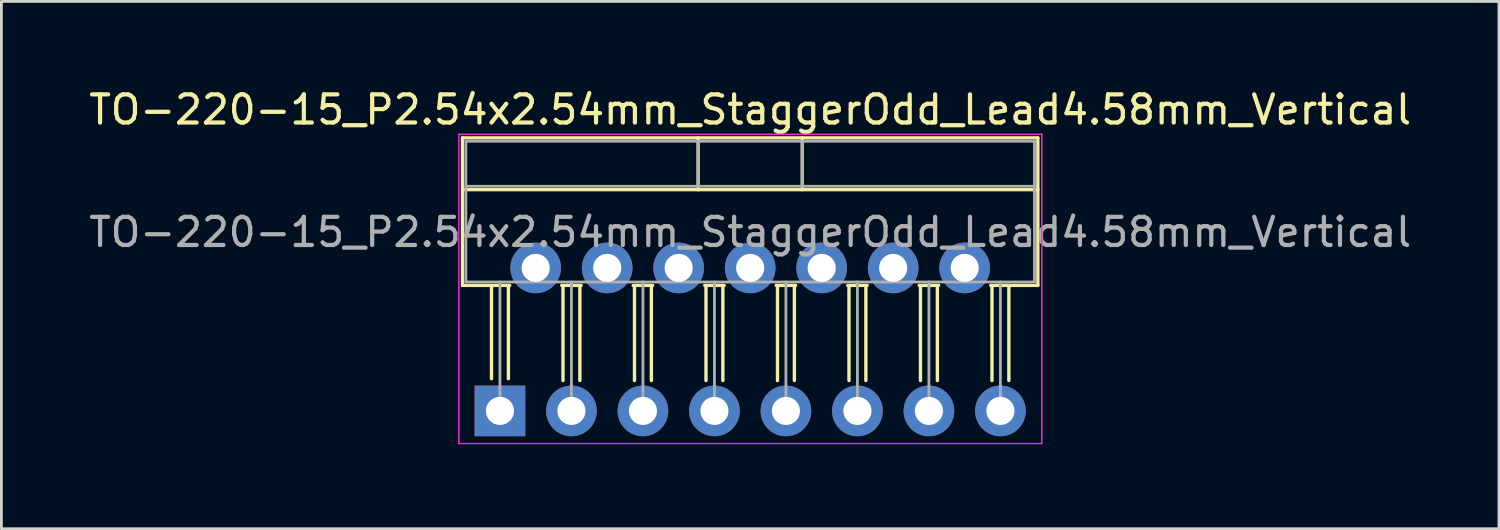
<source format=kicad_pcb>
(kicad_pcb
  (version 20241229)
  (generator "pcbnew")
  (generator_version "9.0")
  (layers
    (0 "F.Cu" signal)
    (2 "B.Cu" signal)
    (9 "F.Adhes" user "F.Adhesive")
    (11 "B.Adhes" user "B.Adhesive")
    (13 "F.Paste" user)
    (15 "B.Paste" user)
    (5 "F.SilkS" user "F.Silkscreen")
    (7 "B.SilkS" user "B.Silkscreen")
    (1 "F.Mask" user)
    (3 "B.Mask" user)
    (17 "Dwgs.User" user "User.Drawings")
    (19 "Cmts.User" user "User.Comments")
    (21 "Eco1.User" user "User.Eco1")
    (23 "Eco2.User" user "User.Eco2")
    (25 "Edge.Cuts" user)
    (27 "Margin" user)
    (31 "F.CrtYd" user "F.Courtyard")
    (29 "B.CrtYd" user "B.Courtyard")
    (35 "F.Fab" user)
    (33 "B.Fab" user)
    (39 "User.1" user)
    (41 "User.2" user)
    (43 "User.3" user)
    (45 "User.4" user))
  (footprint "TO-220-15_P2.54x2.54mm_StaggerOdd_Lead4.58mm_Vertical"
    (layer "F.Cu")
    (at 14.711 11.548)
    (property "Reference" "TO-220-15_P2.54x2.54mm_StaggerOdd_Lead4.58mm_Vertical" (at 8.89 -10.7 0) (layer "F.SilkS") (effects (font (size 1 1) (thickness 0.15))))
    (attr through_hole)
    (fp_line (start -1.33 -9.7) (end -1.33 -4.459) (stroke (width 0.12) (type solid)) (layer "F.SilkS"))
    (fp_line (start -1.33 -9.7) (end 19.11 -9.7) (stroke (width 0.12) (type solid)) (layer "F.SilkS"))
    (fp_line (start -1.33 -7.86) (end 19.11 -7.86) (stroke (width 0.12) (type solid)) (layer "F.SilkS"))
    (fp_line (start -1.33 -4.459) (end 0.346 -4.459) (stroke (width 0.12) (type solid)) (layer "F.SilkS"))
    (fp_line (start -0.3 -1.143) (end -0.3 -4.445) (stroke (width 0.12) (type solid)) (layer "F.SilkS"))
    (fp_line (start 0.3 -1.143) (end 0.3 -4.445) (stroke (width 0.12) (type solid)) (layer "F.SilkS"))
    (fp_line (start 2.195 -4.459) (end 2.886 -4.459) (stroke (width 0.12) (type solid)) (layer "F.SilkS"))
    (fp_line (start 2.24 -1.079) (end 2.24 -4.445) (stroke (width 0.12) (type solid)) (layer "F.SilkS"))
    (fp_line (start 2.84 -1.079) (end 2.84 -4.445) (stroke (width 0.12) (type solid)) (layer "F.SilkS"))
    (fp_line (start 4.735 -4.459) (end 5.426 -4.459) (stroke (width 0.12) (type solid)) (layer "F.SilkS"))
    (fp_line (start 4.78 -1.079) (end 4.78 -4.445) (stroke (width 0.12) (type solid)) (layer "F.SilkS"))
    (fp_line (start 5.38 -1.079) (end 5.38 -4.445) (stroke (width 0.12) (type solid)) (layer "F.SilkS"))
    (fp_line (start 7.041 -9.7) (end 7.041 -7.86) (stroke (width 0.12) (type solid)) (layer "F.SilkS"))
    (fp_line (start 7.275 -4.459) (end 7.966 -4.459) (stroke (width 0.12) (type solid)) (layer "F.SilkS"))
    (fp_line (start 7.32 -1.079) (end 7.32 -4.445) (stroke (width 0.12) (type solid)) (layer "F.SilkS"))
    (fp_line (start 7.92 -1.079) (end 7.92 -4.445) (stroke (width 0.12) (type solid)) (layer "F.SilkS"))
    (fp_line (start 9.815 -4.459) (end 10.506 -4.459) (stroke (width 0.12) (type solid)) (layer "F.SilkS"))
    (fp_line (start 9.86 -1.079) (end 9.86 -4.445) (stroke (width 0.12) (type solid)) (layer "F.SilkS"))
    (fp_line (start 10.46 -1.079) (end 10.46 -4.445) (stroke (width 0.12) (type solid)) (layer "F.SilkS"))
    (fp_line (start 10.74 -9.7) (end 10.74 -7.86) (stroke (width 0.12) (type solid)) (layer "F.SilkS"))
    (fp_line (start 12.355 -4.459) (end 13.046 -4.459) (stroke (width 0.12) (type solid)) (layer "F.SilkS"))
    (fp_line (start 12.4 -1.079) (end 12.4 -4.445) (stroke (width 0.12) (type solid)) (layer "F.SilkS"))
    (fp_line (start 13 -1.079) (end 13 -4.445) (stroke (width 0.12) (type solid)) (layer "F.SilkS"))
    (fp_line (start 14.895 -4.459) (end 15.586 -4.459) (stroke (width 0.12) (type solid)) (layer "F.SilkS"))
    (fp_line (start 14.94 -1.079) (end 14.94 -4.445) (stroke (width 0.12) (type solid)) (layer "F.SilkS"))
    (fp_line (start 15.54 -1.079) (end 15.54 -4.445) (stroke (width 0.12) (type solid)) (layer "F.SilkS"))
    (fp_line (start 17.435 -4.459) (end 19.11 -4.459) (stroke (width 0.12) (type solid)) (layer "F.SilkS"))
    (fp_line (start 17.48 -1.079) (end 17.48 -4.445) (stroke (width 0.12) (type solid)) (layer "F.SilkS"))
    (fp_line (start 18.08 -1.079) (end 18.08 -4.445) (stroke (width 0.12) (type solid)) (layer "F.SilkS"))
    (fp_line (start 19.11 -9.7) (end 19.11 -4.459) (stroke (width 0.12) (type solid)) (layer "F.SilkS"))
    (fp_line (start -1.46 -9.83) (end -1.46 1.16) (stroke (width 0.05) (type solid)) (layer "F.CrtYd"))
    (fp_line (start -1.46 1.16) (end 19.25 1.16) (stroke (width 0.05) (type solid)) (layer "F.CrtYd"))
    (fp_line (start 19.25 -9.83) (end -1.46 -9.83) (stroke (width 0.05) (type solid)) (layer "F.CrtYd"))
    (fp_line (start 19.25 1.16) (end 19.25 -9.83) (stroke (width 0.05) (type solid)) (layer "F.CrtYd"))
    (fp_line (start -1.21 -9.58) (end -1.21 -4.58) (stroke (width 0.1) (type solid)) (layer "F.Fab"))
    (fp_line (start -1.21 -7.98) (end 18.99 -7.98) (stroke (width 0.1) (type solid)) (layer "F.Fab"))
    (fp_line (start -1.21 -4.58) (end 18.99 -4.58) (stroke (width 0.1) (type solid)) (layer "F.Fab"))
    (fp_line (start 0 -4.58) (end 0 0) (stroke (width 0.1) (type solid)) (layer "F.Fab"))
    (fp_line (start 2.54 -4.58) (end 2.54 0) (stroke (width 0.1) (type solid)) (layer "F.Fab"))
    (fp_line (start 5.08 -4.58) (end 5.08 0) (stroke (width 0.1) (type solid)) (layer "F.Fab"))
    (fp_line (start 7.04 -9.58) (end 7.04 -7.98) (stroke (width 0.1) (type solid)) (layer "F.Fab"))
    (fp_line (start 7.62 -4.58) (end 7.62 0) (stroke (width 0.1) (type solid)) (layer "F.Fab"))
    (fp_line (start 10.16 -4.58) (end 10.16 0) (stroke (width 0.1) (type solid)) (layer "F.Fab"))
    (fp_line (start 10.74 -9.58) (end 10.74 -7.98) (stroke (width 0.1) (type solid)) (layer "F.Fab"))
    (fp_line (start 12.7 -4.58) (end 12.7 0) (stroke (width 0.1) (type solid)) (layer "F.Fab"))
    (fp_line (start 15.24 -4.58) (end 15.24 0) (stroke (width 0.1) (type solid)) (layer "F.Fab"))
    (fp_line (start 17.78 -4.58) (end 17.78 0) (stroke (width 0.1) (type solid)) (layer "F.Fab"))
    (fp_line (start 18.99 -9.58) (end -1.21 -9.58) (stroke (width 0.1) (type solid)) (layer "F.Fab"))
    (fp_line (start 18.99 -4.58) (end 18.99 -9.58) (stroke (width 0.1) (type solid)) (layer "F.Fab"))
    (fp_text user "${REFERENCE}" (at 8.89 -6.35 0) (layer "F.Fab") (effects (font (size 1 1) (thickness 0.15))))
    (pad "1" thru_hole rect (at 0 0) (size 1.8 1.8) (drill 1) (layers "*.Cu" "*.Mask"))
    (pad "2" thru_hole oval (at 1.27 -5.08) (size 1.8 1.8) (drill 1) (layers "*.Cu" "*.Mask"))
    (pad "3" thru_hole oval (at 2.54 0) (size 1.8 1.8) (drill 1) (layers "*.Cu" "*.Mask"))
    (pad "4" thru_hole oval (at 3.81 -5.08) (size 1.8 1.8) (drill 1) (layers "*.Cu" "*.Mask"))
    (pad "5" thru_hole oval (at 5.08 0) (size 1.8 1.8) (drill 1) (layers "*.Cu" "*.Mask"))
    (pad "6" thru_hole oval (at 6.35 -5.08) (size 1.8 1.8) (drill 1) (layers "*.Cu" "*.Mask"))
    (pad "7" thru_hole oval (at 7.62 0) (size 1.8 1.8) (drill 1) (layers "*.Cu" "*.Mask"))
    (pad "8" thru_hole oval (at 8.89 -5.08) (size 1.8 1.8) (drill 1) (layers "*.Cu" "*.Mask"))
    (pad "9" thru_hole oval (at 10.16 0) (size 1.8 1.8) (drill 1) (layers "*.Cu" "*.Mask"))
    (pad "10" thru_hole oval (at 11.43 -5.08) (size 1.8 1.8) (drill 1) (layers "*.Cu" "*.Mask"))
    (pad "11" thru_hole oval (at 12.7 0) (size 1.8 1.8) (drill 1) (layers "*.Cu" "*.Mask"))
    (pad "12" thru_hole oval (at 13.97 -5.08) (size 1.8 1.8) (drill 1) (layers "*.Cu" "*.Mask"))
    (pad "13" thru_hole oval (at 15.24 0) (size 1.8 1.8) (drill 1) (layers "*.Cu" "*.Mask"))
    (pad "14" thru_hole oval (at 16.51 -5.08) (size 1.8 1.8) (drill 1) (layers "*.Cu" "*.Mask"))
    (pad "15" thru_hole oval (at 17.78 0) (size 1.8 1.8) (drill 1) (layers "*.Cu" "*.Mask")))
  (gr_rect
    (start -3 -3)
    (end 50.202 15.733)
    (stroke (width 0.1) (type default))
    (fill no)
    (layer "Edge.Cuts")))
</source>
